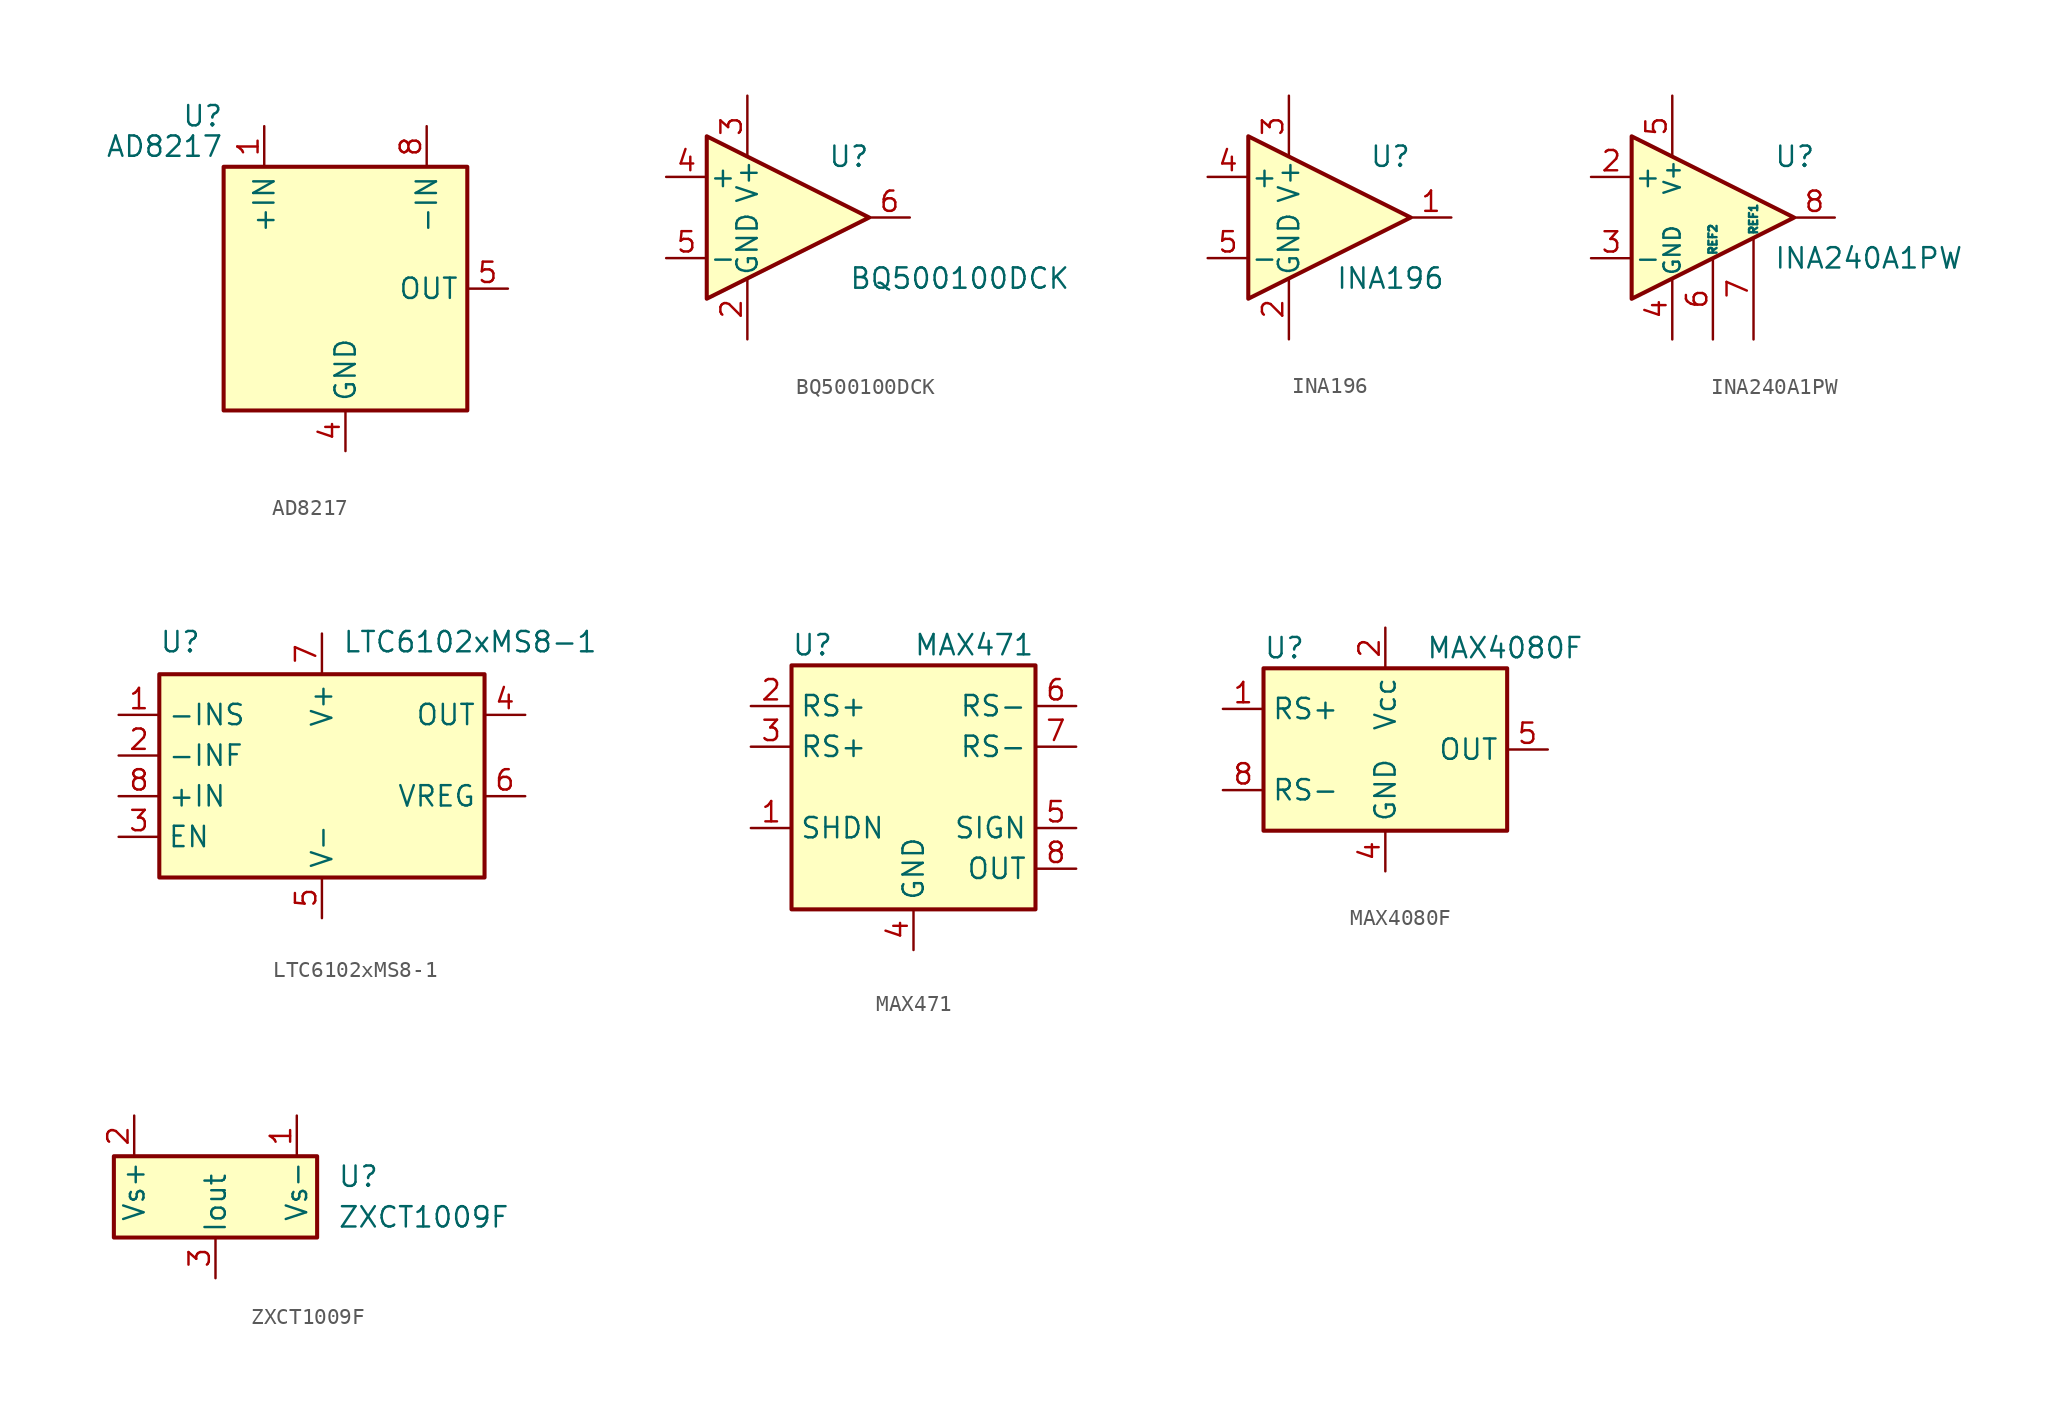
<source format=kicad_sym>
(kicad_symbol_lib
  (version 20211014)
  (generator kicad_symbol_editor)
  (symbol "AD8217"
    (property "Reference" "U"
      (at -7.62 10.795 0)
      (effects (font (size 1.27 1.27)) (justify right)))
    (property "Value" "AD8217"
      (at -7.62 8.89 0)
      (effects (font (size 1.27 1.27)) (justify right)))
    (symbol "AD8217_0_1"
      (rectangle (start -7.62 7.62) (end 7.62 -7.62) (stroke (width 0.254) (type default) (color 0 0 0 0)) (fill (type background))))
    (symbol "AD8217_1_1"
      (pin power_in line (at -5.08 10.16 270) (length 2.54) (name "+IN" (effects (font (size 1.27 1.27)))) (number "1" (effects (font (size 1.27 1.27)))))
      (pin no_connect line (at -5.08 -7.62 90) (length 2.54) hide (name "NC" (effects (font (size 1.27 1.27)))) (number "2" (effects (font (size 1.27 1.27)))))
      (pin no_connect line (at -2.54 -7.62 90) (length 2.54) hide (name "NC" (effects (font (size 1.27 1.27)))) (number "3" (effects (font (size 1.27 1.27)))))
      (pin power_in line (at 0 -10.16 90) (length 2.54) (name "GND" (effects (font (size 1.27 1.27)))) (number "4" (effects (font (size 1.27 1.27)))))
      (pin output line (at 10.16 0 180) (length 2.54) (name "OUT" (effects (font (size 1.27 1.27)))) (number "5" (effects (font (size 1.27 1.27)))))
      (pin no_connect line (at 2.54 -7.62 90) (length 2.54) hide (name "NC" (effects (font (size 1.27 1.27)))) (number "6" (effects (font (size 1.27 1.27)))))
      (pin no_connect line (at 5.08 -7.62 90) (length 2.54) hide (name "NC" (effects (font (size 1.27 1.27)))) (number "7" (effects (font (size 1.27 1.27)))))
      (pin input line (at 5.08 10.16 270) (length 2.54) (name "-IN" (effects (font (size 1.27 1.27)))) (number "8" (effects (font (size 1.27 1.27)))))))
  (symbol "BQ500100DCK"
    (pin_names
      (offset 0.127))
    (property "Reference" "U"
      (at 3.81 3.81 0)
      (effects (font (size 1.27 1.27))))
    (property "Value" "BQ500100DCK"
      (at 3.81 -3.81 0)
      (effects (font (size 1.27 1.27)) (justify left)))
    (symbol "BQ500100DCK_0_1"
      (polyline (pts (xy 5.08 0) (xy -5.08 5.08) (xy -5.08 -5.08) (xy 5.08 0)) (stroke (width 0.254) (type default) (color 0 0 0 0)) (fill (type background))))
    (symbol "BQ500100DCK_1_1"
      (pin passive line (at -2.54 -7.62 90) (length 3.81) hide (name "GND" (effects (font (size 1.27 1.27)))) (number "1" (effects (font (size 1.27 1.27)))))
      (pin power_in line (at -2.54 -7.62 90) (length 3.81) (name "GND" (effects (font (size 1.27 1.27)))) (number "2" (effects (font (size 1.27 1.27)))))
      (pin power_in line (at -2.54 7.62 270) (length 3.81) (name "V+" (effects (font (size 1.27 1.27)))) (number "3" (effects (font (size 1.27 1.27)))))
      (pin input line (at -7.62 2.54 0) (length 2.54) (name "+" (effects (font (size 1.27 1.27)))) (number "4" (effects (font (size 1.27 1.27)))))
      (pin input line (at -7.62 -2.54 0) (length 2.54) (name "-" (effects (font (size 1.27 1.27)))) (number "5" (effects (font (size 1.27 1.27)))))
      (pin output line (at 7.62 0 180) (length 2.54) (name "~" (effects (font (size 1.27 1.27)))) (number "6" (effects (font (size 1.27 1.27)))))))
  (symbol "INA196"
    (pin_names
      (offset 0.127))
    (property "Reference" "U"
      (at 3.81 3.81 0)
      (effects (font (size 1.27 1.27))))
    (property "Value" "INA196"
      (at 3.81 -3.81 0)
      (effects (font (size 1.27 1.27))))
    (symbol "INA196_0_1"
      (polyline (pts (xy 5.08 0) (xy -5.08 5.08) (xy -5.08 -5.08) (xy 5.08 0)) (stroke (width 0.254) (type default) (color 0 0 0 0)) (fill (type background))))
    (symbol "INA196_1_1"
      (pin output line (at 7.62 0 180) (length 2.54) (name "~" (effects (font (size 1.27 1.27)))) (number "1" (effects (font (size 1.27 1.27)))))
      (pin power_in line (at -2.54 -7.62 90) (length 3.81) (name "GND" (effects (font (size 1.27 1.27)))) (number "2" (effects (font (size 1.27 1.27)))))
      (pin power_in line (at -2.54 7.62 270) (length 3.81) (name "V+" (effects (font (size 1.27 1.27)))) (number "3" (effects (font (size 1.27 1.27)))))
      (pin input line (at -7.62 2.54 0) (length 2.54) (name "+" (effects (font (size 1.27 1.27)))) (number "4" (effects (font (size 1.27 1.27)))))
      (pin input line (at -7.62 -2.54 0) (length 2.54) (name "-" (effects (font (size 1.27 1.27)))) (number "5" (effects (font (size 1.27 1.27)))))))
  (symbol "INA240A1PW"
    (pin_names
      (offset 0.127))
    (property "Reference" "U"
      (at 3.81 3.81 0)
      (effects (font (size 1.27 1.27)) (justify left)))
    (property "Value" "INA240A1PW"
      (at 3.81 -2.54 0)
      (effects (font (size 1.27 1.27)) (justify left)))
    (symbol "INA240A1PW_0_1"
      (polyline (pts (xy 5.08 0) (xy -5.08 5.08) (xy -5.08 -5.08) (xy 5.08 0)) (stroke (width 0.254) (type default) (color 0 0 0 0)) (fill (type background))))
    (symbol "INA240A1PW_1_1"
      (pin passive line (at -2.54 -7.62 90) (length 3.81) hide (name "GND" (effects (font (size 1.016 1.016)))) (number "1" (effects (font (size 1.27 1.27)))))
      (pin input line (at -7.62 2.54 0) (length 2.54) (name "+" (effects (font (size 1.27 1.27)))) (number "2" (effects (font (size 1.27 1.27)))))
      (pin input line (at -7.62 -2.54 0) (length 2.54) (name "-" (effects (font (size 1.27 1.27)))) (number "3" (effects (font (size 1.27 1.27)))))
      (pin power_in line (at -2.54 -7.62 90) (length 3.81) (name "GND" (effects (font (size 1.016 1.016)))) (number "4" (effects (font (size 1.27 1.27)))))
      (pin power_in line (at -2.54 7.62 270) (length 3.81) (name "V+" (effects (font (size 1.016 1.016)))) (number "5" (effects (font (size 1.27 1.27)))))
      (pin passive line (at 0 -7.62 90) (length 5.08) (name "REF2" (effects (font (size 0.508 0.508)))) (number "6" (effects (font (size 1.27 1.27)))))
      (pin passive line (at 2.54 -7.62 90) (length 6.35) (name "REF1" (effects (font (size 0.508 0.508)))) (number "7" (effects (font (size 1.27 1.27)))))
      (pin output line (at 7.62 0 180) (length 2.54) (name "~" (effects (font (size 1.27 1.27)))) (number "8" (effects (font (size 1.27 1.27)))))))
  (symbol "LTC6102xMS8-1"
    (property "Reference" "U"
      (at -10.16 8.89 0)
      (effects (font (size 1.27 1.27)) (justify left bottom)))
    (property "Value" "LTC6102xMS8-1"
      (at 1.27 8.89 0)
      (effects (font (size 1.27 1.27)) (justify left bottom)))
    (symbol "LTC6102xMS8-1_0_1"
      (rectangle (start -10.16 7.62) (end 10.16 -5.08) (stroke (width 0.254) (type default) (color 0 0 0 0)) (fill (type background))))
    (symbol "LTC6102xMS8-1_1_1"
      (pin input line (at -12.7 5.08 0) (length 2.54) (name "-INS" (effects (font (size 1.27 1.27)))) (number "1" (effects (font (size 1.27 1.27)))))
      (pin input line (at -12.7 2.54 0) (length 2.54) (name "-INF" (effects (font (size 1.27 1.27)))) (number "2" (effects (font (size 1.27 1.27)))))
      (pin input line (at -12.7 -2.54 0) (length 2.54) (name "EN" (effects (font (size 1.27 1.27)))) (number "3" (effects (font (size 1.27 1.27)))))
      (pin output line (at 12.7 5.08 180) (length 2.54) (name "OUT" (effects (font (size 1.27 1.27)))) (number "4" (effects (font (size 1.27 1.27)))))
      (pin power_in line (at 0 -7.62 90) (length 2.54) (name "V-" (effects (font (size 1.27 1.27)))) (number "5" (effects (font (size 1.27 1.27)))))
      (pin output line (at 12.7 0 180) (length 2.54) (name "VREG" (effects (font (size 1.27 1.27)))) (number "6" (effects (font (size 1.27 1.27)))))
      (pin power_in line (at 0 10.16 270) (length 2.54) (name "V+" (effects (font (size 1.27 1.27)))) (number "7" (effects (font (size 1.27 1.27)))))
      (pin input line (at -12.7 0 0) (length 2.54) (name "+IN" (effects (font (size 1.27 1.27)))) (number "8" (effects (font (size 1.27 1.27)))))))
  (symbol "MAX471"
    (property "Reference" "U"
      (at -7.62 8.89 0)
      (effects (font (size 1.27 1.27)) (justify left)))
    (property "Value" "MAX471"
      (at 0 8.89 0)
      (effects (font (size 1.27 1.27)) (justify left)))
    (symbol "MAX471_0_1"
      (rectangle (start -7.62 7.62) (end 7.62 -7.62) (stroke (width 0.254) (type default) (color 0 0 0 0)) (fill (type background))))
    (symbol "MAX471_1_1"
      (pin input line (at -10.16 -2.54 0) (length 2.54) (name "SHDN" (effects (font (size 1.27 1.27)))) (number "1" (effects (font (size 1.27 1.27)))))
      (pin input line (at -10.16 5.08 0) (length 2.54) (name "RS+" (effects (font (size 1.27 1.27)))) (number "2" (effects (font (size 1.27 1.27)))))
      (pin input line (at -10.16 2.54 0) (length 2.54) (name "RS+" (effects (font (size 1.27 1.27)))) (number "3" (effects (font (size 1.27 1.27)))))
      (pin power_in line (at 0 -10.16 90) (length 2.54) (name "GND" (effects (font (size 1.27 1.27)))) (number "4" (effects (font (size 1.27 1.27)))))
      (pin open_collector line (at 10.16 -2.54 180) (length 2.54) (name "SIGN" (effects (font (size 1.27 1.27)))) (number "5" (effects (font (size 1.27 1.27)))))
      (pin input line (at 10.16 5.08 180) (length 2.54) (name "RS-" (effects (font (size 1.27 1.27)))) (number "6" (effects (font (size 1.27 1.27)))))
      (pin input line (at 10.16 2.54 180) (length 2.54) (name "RS-" (effects (font (size 1.27 1.27)))) (number "7" (effects (font (size 1.27 1.27)))))
      (pin output line (at 10.16 -5.08 180) (length 2.54) (name "OUT" (effects (font (size 1.27 1.27)))) (number "8" (effects (font (size 1.27 1.27)))))))
  (symbol "MAX4080F"
    (property "Reference" "U"
      (at -7.62 6.35 0)
      (effects (font (size 1.27 1.27)) (justify left)))
    (property "Value" "MAX4080F"
      (at 2.54 6.35 0)
      (effects (font (size 1.27 1.27)) (justify left)))
    (symbol "MAX4080F_0_1"
      (rectangle (start -7.62 5.08) (end 7.62 -5.08) (stroke (width 0.254) (type default) (color 0 0 0 0)) (fill (type background))))
    (symbol "MAX4080F_1_1"
      (pin input line (at -10.16 2.54 0) (length 2.54) (name "RS+" (effects (font (size 1.27 1.27)))) (number "1" (effects (font (size 1.27 1.27)))))
      (pin power_in line (at 0 7.62 270) (length 2.54) (name "Vcc" (effects (font (size 1.27 1.27)))) (number "2" (effects (font (size 1.27 1.27)))))
      (pin no_connect line (at 2.54 -5.08 90) (length 2.54) hide (name "NC" (effects (font (size 1.27 1.27)))) (number "3" (effects (font (size 1.27 1.27)))))
      (pin power_in line (at 0 -7.62 90) (length 2.54) (name "GND" (effects (font (size 1.27 1.27)))) (number "4" (effects (font (size 1.27 1.27)))))
      (pin output line (at 10.16 0 180) (length 2.54) (name "OUT" (effects (font (size 1.27 1.27)))) (number "5" (effects (font (size 1.27 1.27)))))
      (pin no_connect line (at 5.08 -5.08 90) (length 2.54) hide (name "NC" (effects (font (size 1.27 1.27)))) (number "6" (effects (font (size 1.27 1.27)))))
      (pin no_connect line (at 7.62 -5.08 90) (length 2.54) hide (name "NC" (effects (font (size 1.27 1.27)))) (number "7" (effects (font (size 1.27 1.27)))))
      (pin input line (at -10.16 -2.54 0) (length 2.54) (name "RS-" (effects (font (size 1.27 1.27)))) (number "8" (effects (font (size 1.27 1.27)))))))
  (symbol "ZXCT1009F"
    (pin_names
      (offset 0.254))
    (property "Reference" "U"
      (at 7.62 1.27 0)
      (effects (font (size 1.27 1.27)) (justify left)))
    (property "Value" "ZXCT1009F"
      (at 7.62 -1.27 0)
      (effects (font (size 1.27 1.27)) (justify left)))
    (symbol "ZXCT1009F_0_1"
      (rectangle (start -6.35 2.54) (end 6.35 -2.54) (stroke (width 0.254) (type default) (color 0 0 0 0)) (fill (type background))))
    (symbol "ZXCT1009F_1_1"
      (pin input line (at 5.08 5.08 270) (length 2.54) (name "Vs-" (effects (font (size 1.27 1.27)))) (number "1" (effects (font (size 1.27 1.27)))))
      (pin input line (at -5.08 5.08 270) (length 2.54) (name "Vs+" (effects (font (size 1.27 1.27)))) (number "2" (effects (font (size 1.27 1.27)))))
      (pin output line (at 0 -5.08 90) (length 2.54) (name "Iout" (effects (font (size 1.27 1.27)))) (number "3" (effects (font (size 1.27 1.27))))))))
</source>
